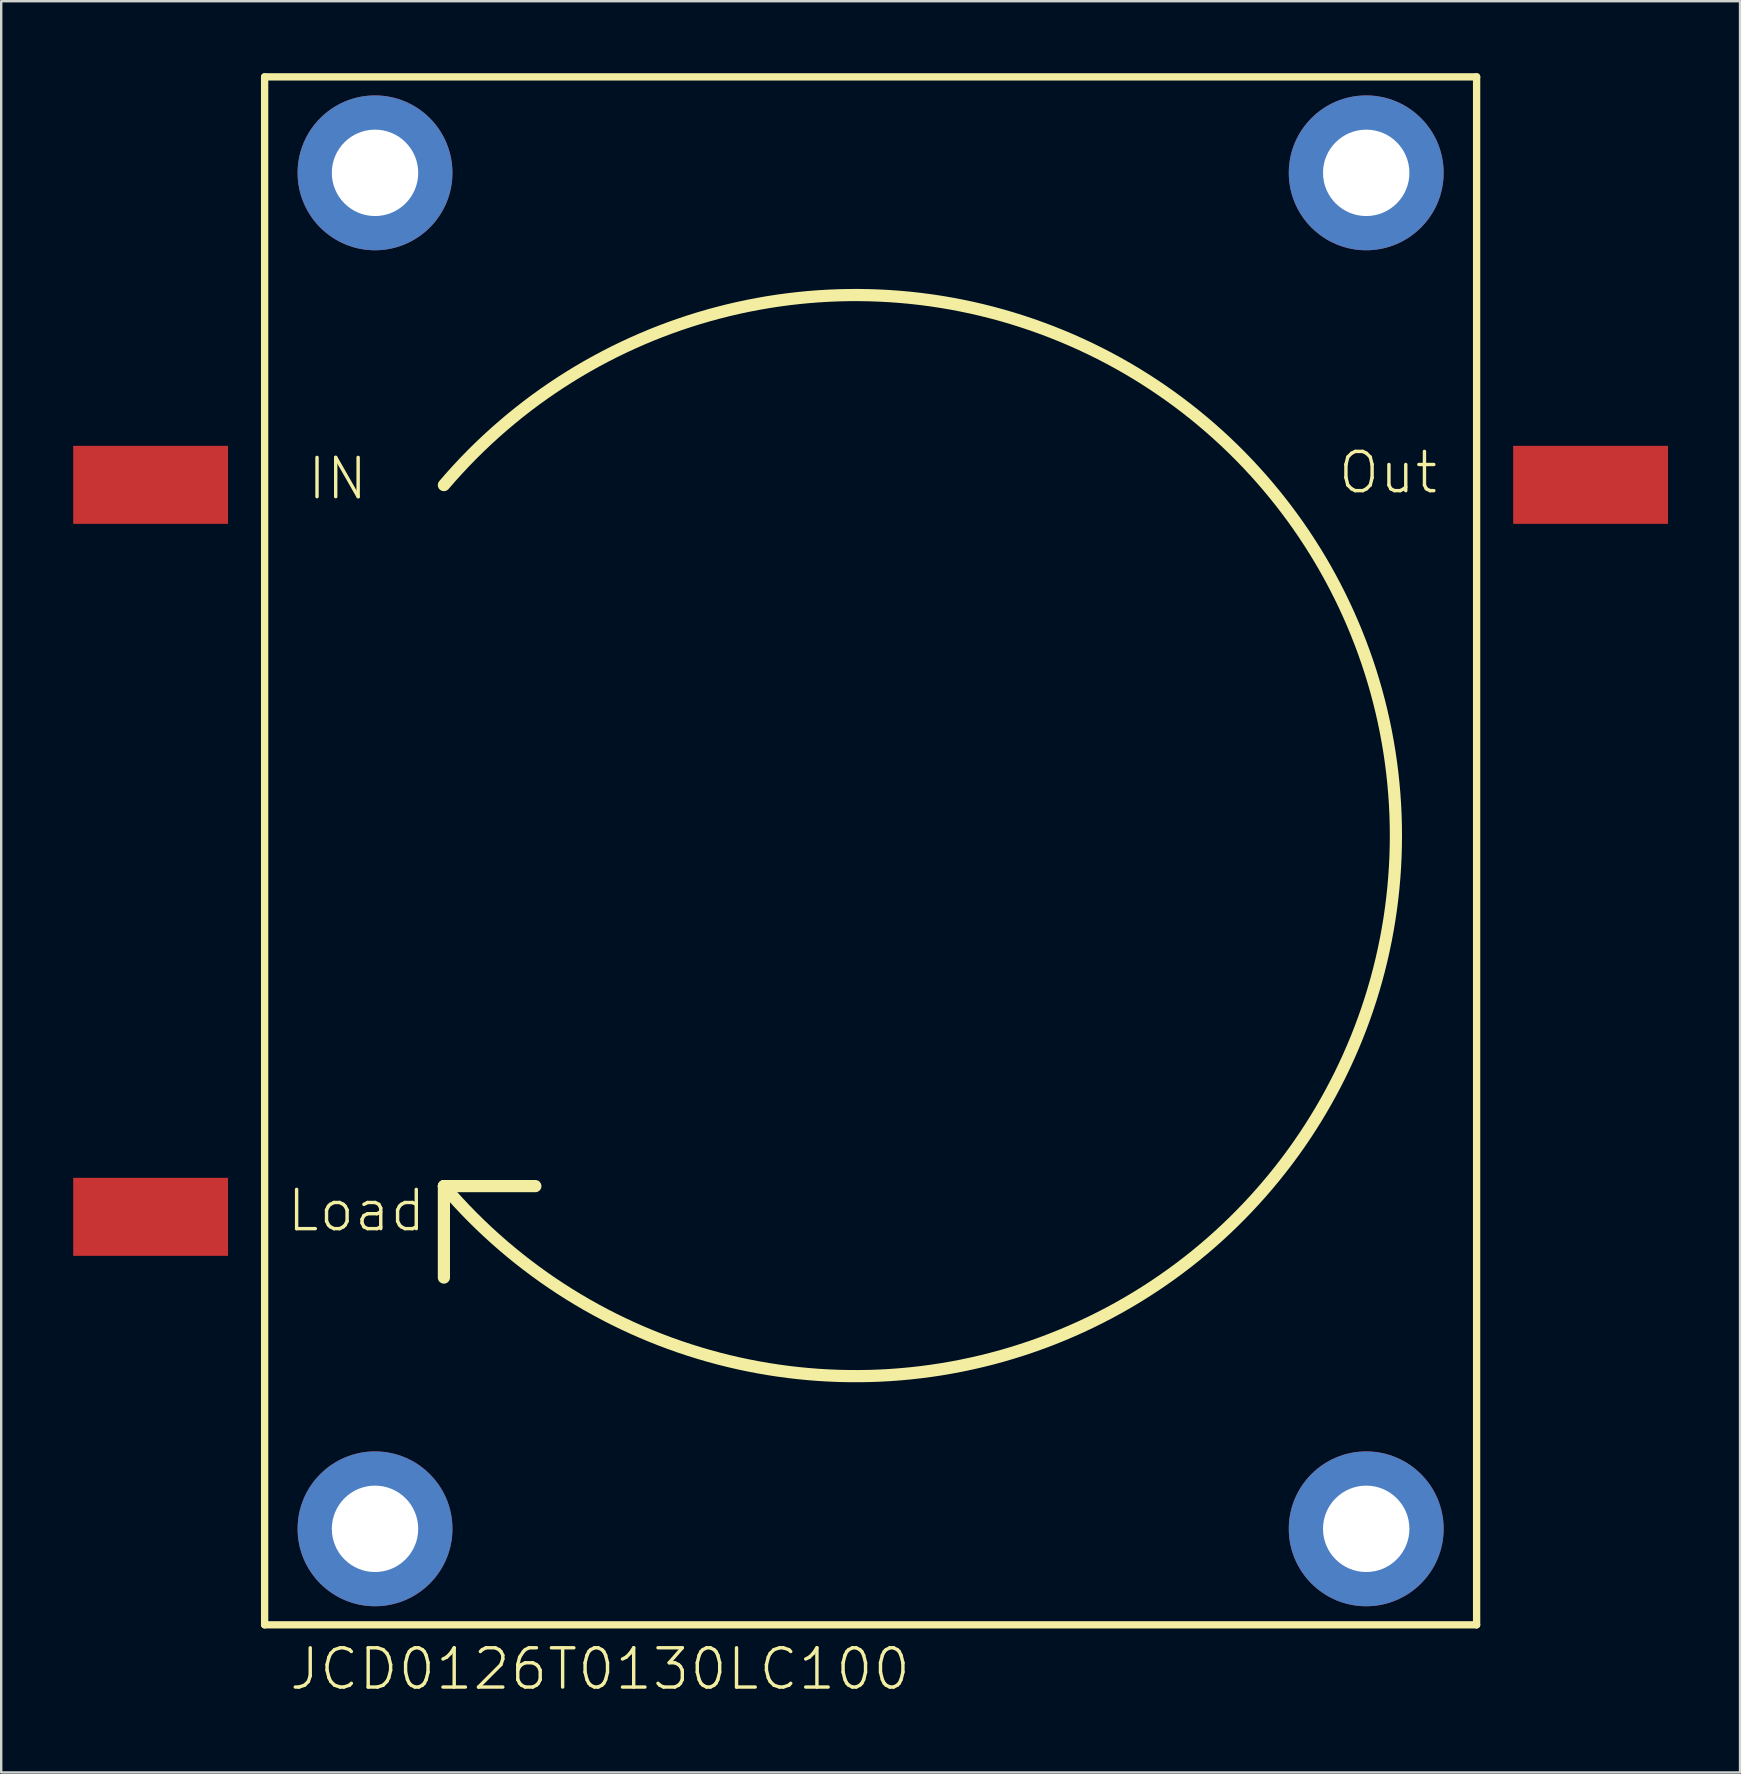
<source format=kicad_pcb>
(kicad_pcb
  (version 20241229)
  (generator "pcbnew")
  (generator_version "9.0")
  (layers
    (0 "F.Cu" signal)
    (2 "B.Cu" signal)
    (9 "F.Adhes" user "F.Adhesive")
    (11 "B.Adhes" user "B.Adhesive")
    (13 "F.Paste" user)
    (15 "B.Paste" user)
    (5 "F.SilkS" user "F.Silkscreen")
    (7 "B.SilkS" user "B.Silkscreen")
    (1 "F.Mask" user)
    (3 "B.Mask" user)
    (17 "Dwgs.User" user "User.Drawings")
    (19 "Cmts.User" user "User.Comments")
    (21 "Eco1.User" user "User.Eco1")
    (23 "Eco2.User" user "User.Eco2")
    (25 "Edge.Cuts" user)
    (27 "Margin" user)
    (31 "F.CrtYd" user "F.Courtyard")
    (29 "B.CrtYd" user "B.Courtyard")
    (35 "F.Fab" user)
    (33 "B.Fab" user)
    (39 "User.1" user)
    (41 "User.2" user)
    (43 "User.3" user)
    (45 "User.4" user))
  (footprint "JCD0126T0130LC100"
    (layer "F.Cu")
    (at 33.226 32.402)
    (property "Reference" "JCD0126T0130LC100" (at -24.3 35.05 0) (unlocked yes) (layer "F.SilkS") (effects (font (size 1.636 1.636) (thickness 0.142)) (justify left bottom)))
    (fp_line (start -25.25 -32.25) (end 25.25 -32.25) (stroke (width 0.305) (type solid)) (layer "F.SilkS"))
    (fp_line (start -25.25 32.25) (end -25.25 -32.25) (stroke (width 0.305) (type solid)) (layer "F.SilkS"))
    (fp_line (start -17.78 13.97) (end -13.97 13.97) (stroke (width 0.508) (type solid)) (layer "F.SilkS"))
    (fp_line (start -17.78 17.78) (end -17.78 13.97) (stroke (width 0.508) (type solid)) (layer "F.SilkS"))
    (fp_line (start 25.25 -32.25) (end 25.25 32.25) (stroke (width 0.305) (type solid)) (layer "F.SilkS"))
    (fp_line (start 25.25 32.25) (end -25.25 32.25) (stroke (width 0.305) (type solid)) (layer "F.SilkS"))
    (fp_arc (start -17.78 -15.24) (mid 21.88737 -0.635001) (end -17.779999 13.970001) (stroke (width 0.508) (type solid)) (layer "F.SilkS"))
    (fp_text user "Out" (at 19.4 -14.8 0) (unlocked yes) (layer "F.SilkS") (effects (font (size 1.636 1.636) (thickness 0.142)) (justify left bottom)))
    (fp_text user "Load" (at -24.4 15.95 0) (unlocked yes) (layer "F.SilkS") (effects (font (size 1.636 1.636) (thickness 0.142)) (justify left bottom)))
    (fp_text user "IN" (at -23.55 -14.55 0) (unlocked yes) (layer "F.SilkS") (effects (font (size 1.636 1.636) (thickness 0.142)) (justify left bottom)))
    (pad "P$1" thru_hole circle (at 20.65 -28.25) (size 6.452 6.452) (drill 3.6) (layers "*.Cu" "*.Mask"))
    (pad "P$2" thru_hole circle (at -20.65 -28.25) (size 6.452 6.452) (drill 3.6) (layers "*.Cu" "*.Mask"))
    (pad "P$3" thru_hole circle (at 20.65 28.25) (size 6.452 6.452) (drill 3.6) (layers "*.Cu" "*.Mask"))
    (pad "P$4" thru_hole circle (at -20.65 28.25) (size 6.452 6.452) (drill 3.6) (layers "*.Cu" "*.Mask"))
    (pad "P$IN" smd rect (at -30 -15.25) (size 6.452 3.251) (layers "F.Cu" "F.Mask" "F.Paste"))
    (pad "P$LOAD" smd rect (at -30 15.25) (size 6.452 3.251) (layers "F.Cu" "F.Mask" "F.Paste"))
    (pad "P$OUT" smd rect (at 30 -15.25) (size 6.452 3.251) (layers "F.Cu" "F.Mask" "F.Paste")))
  (gr_rect
    (start -3 -3)
    (end 69.452 70.803)
    (stroke (width 0.1) (type default))
    (fill no)
    (layer "Edge.Cuts")))
</source>
